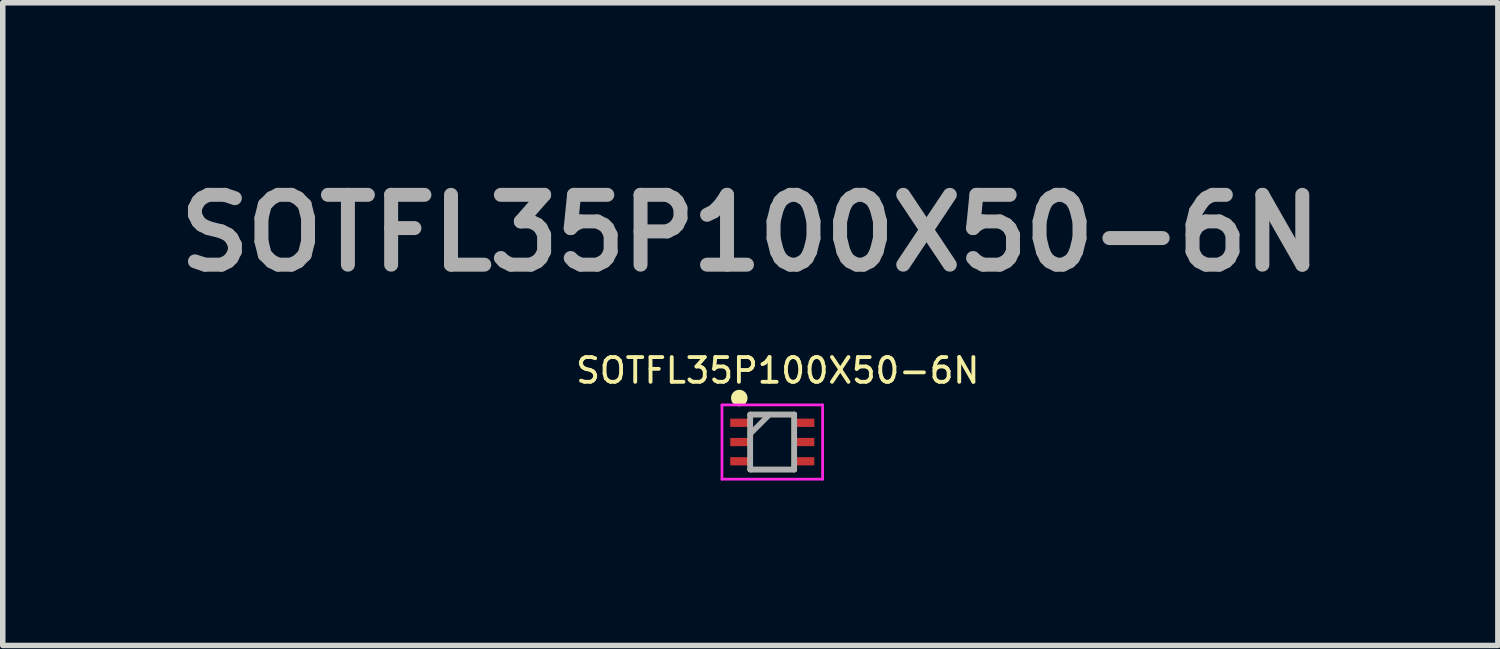
<source format=kicad_pcb>
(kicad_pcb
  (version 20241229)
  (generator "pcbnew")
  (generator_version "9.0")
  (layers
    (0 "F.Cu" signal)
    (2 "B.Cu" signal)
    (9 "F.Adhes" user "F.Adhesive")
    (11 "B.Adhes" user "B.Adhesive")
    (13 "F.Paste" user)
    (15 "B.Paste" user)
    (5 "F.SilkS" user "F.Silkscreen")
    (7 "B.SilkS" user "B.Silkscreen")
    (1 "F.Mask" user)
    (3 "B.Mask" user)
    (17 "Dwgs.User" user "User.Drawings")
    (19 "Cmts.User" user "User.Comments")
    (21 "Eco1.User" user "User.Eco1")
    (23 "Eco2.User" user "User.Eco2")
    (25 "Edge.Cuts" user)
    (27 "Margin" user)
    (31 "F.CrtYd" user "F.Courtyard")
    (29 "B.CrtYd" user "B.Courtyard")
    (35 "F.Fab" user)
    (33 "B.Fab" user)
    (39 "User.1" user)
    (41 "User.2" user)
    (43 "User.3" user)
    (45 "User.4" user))
  (footprint "SOTFL35P100X50-6N"
    (layer "F.Cu")
    (at 10.995 4.989)
    (property "Reference" "SOTFL35P100X50-6N" (at 0.1 -1.3 180) (layer "F.SilkS") (effects (font (size 0.45 0.45) (thickness 0.07))))
    (attr smd)
    (fp_line (start -0.4 -0.5) (end 0.4 -0.5) (stroke (width 0.1) (type solid)) (layer "F.SilkS"))
    (fp_line (start -0.4 0.5) (end -0.4 -0.5) (stroke (width 0.1) (type solid)) (layer "F.SilkS"))
    (fp_line (start 0.4 -0.5) (end 0.4 0.5) (stroke (width 0.1) (type solid)) (layer "F.SilkS"))
    (fp_line (start 0.4 0.5) (end -0.4 0.5) (stroke (width 0.1) (type solid)) (layer "F.SilkS"))
    (fp_circle (center -0.6 -0.8) (end -0.5 -0.8) (stroke (width 0.1) (type solid)) (fill yes) (layer "F.SilkS"))
    (fp_line (start -0.915 -0.675) (end 0.915 -0.675) (stroke (width 0.05) (type solid)) (layer "F.CrtYd"))
    (fp_line (start -0.915 0.675) (end -0.915 -0.675) (stroke (width 0.05) (type solid)) (layer "F.CrtYd"))
    (fp_line (start 0.915 -0.675) (end 0.915 0.675) (stroke (width 0.05) (type solid)) (layer "F.CrtYd"))
    (fp_line (start 0.915 0.675) (end -0.915 0.675) (stroke (width 0.05) (type solid)) (layer "F.CrtYd"))
    (fp_line (start -0.4 -0.5) (end 0.4 -0.5) (stroke (width 0.1) (type solid)) (layer "F.Fab"))
    (fp_line (start -0.4 -0.15) (end -0.05 -0.5) (stroke (width 0.1) (type solid)) (layer "F.Fab"))
    (fp_line (start -0.4 0.5) (end -0.4 -0.5) (stroke (width 0.1) (type solid)) (layer "F.Fab"))
    (fp_line (start 0.4 -0.5) (end 0.4 0.5) (stroke (width 0.1) (type solid)) (layer "F.Fab"))
    (fp_line (start 0.4 0.5) (end -0.4 0.5) (stroke (width 0.1) (type solid)) (layer "F.Fab"))
    (fp_text user "${REFERENCE}" (at -0.4 -3.8 0) (layer "F.Fab") (effects (font (size 1.27 1.27) (thickness 0.254))))
    (pad "1" smd rect (at -0.582 -0.35 90) (size 0.15 0.365) (layers "F.Cu" "F.Mask" "F.Paste"))
    (pad "2" smd rect (at -0.582 0 90) (size 0.15 0.365) (layers "F.Cu" "F.Mask" "F.Paste"))
    (pad "3" smd rect (at -0.582 0.35 90) (size 0.15 0.365) (layers "F.Cu" "F.Mask" "F.Paste"))
    (pad "4" smd rect (at 0.582 0.35 90) (size 0.15 0.365) (layers "F.Cu" "F.Mask" "F.Paste"))
    (pad "5" smd rect (at 0.582 0 90) (size 0.15 0.365) (layers "F.Cu" "F.Mask" "F.Paste"))
    (pad "6" smd rect (at 0.582 -0.35 90) (size 0.15 0.365) (layers "F.Cu" "F.Mask" "F.Paste")))
  (gr_rect
    (start -3 -3)
    (end 24.191 8.689)
    (stroke (width 0.1) (type default))
    (fill no)
    (layer "Edge.Cuts")))
</source>
